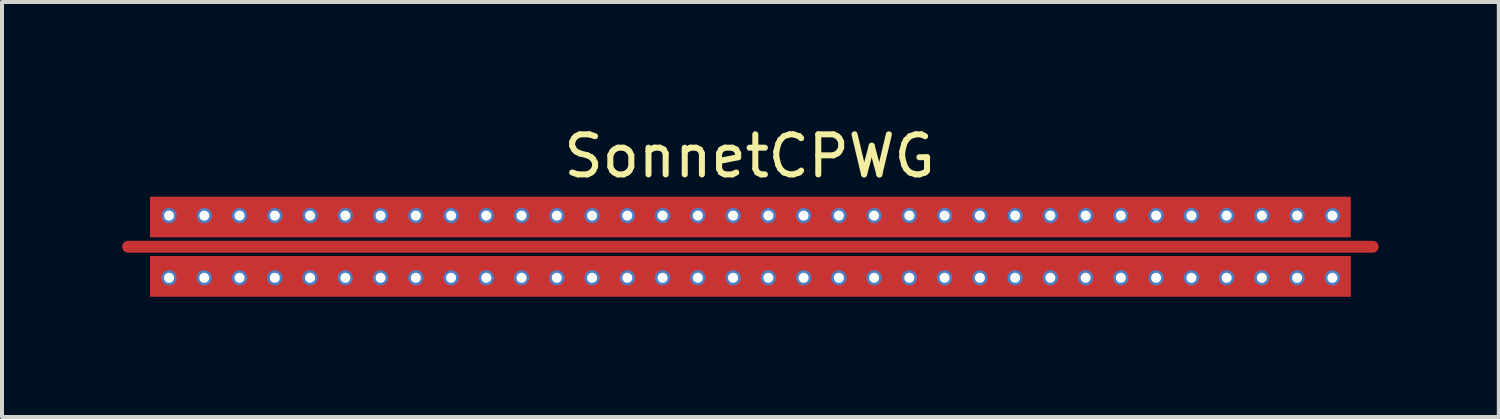
<source format=kicad_pcb>
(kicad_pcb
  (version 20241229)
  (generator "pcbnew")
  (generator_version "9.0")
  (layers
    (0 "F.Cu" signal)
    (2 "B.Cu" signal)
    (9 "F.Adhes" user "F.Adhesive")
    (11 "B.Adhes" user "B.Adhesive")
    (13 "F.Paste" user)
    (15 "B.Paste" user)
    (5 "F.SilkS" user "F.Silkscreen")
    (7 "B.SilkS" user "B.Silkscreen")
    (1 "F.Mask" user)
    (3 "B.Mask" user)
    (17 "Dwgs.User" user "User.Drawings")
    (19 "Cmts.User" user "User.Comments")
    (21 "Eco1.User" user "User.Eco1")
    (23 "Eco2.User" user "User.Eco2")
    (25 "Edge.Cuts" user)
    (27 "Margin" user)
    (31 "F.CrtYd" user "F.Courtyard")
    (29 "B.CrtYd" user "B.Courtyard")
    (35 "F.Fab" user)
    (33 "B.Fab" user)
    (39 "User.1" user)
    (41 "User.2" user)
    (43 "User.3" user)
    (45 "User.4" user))
  (footprint "SonnetCPWG"
    (layer "F.Cu")
    (at 15.66 3.108)
    (property "Reference" "SonnetCPWG" (at 0 -2.26 0) (unlocked yes) (layer "F.SilkS") (effects (font (size 1 1) (thickness 0.15))))
    (pad "1" smd oval (at 0.02 0) (size 31.36 0.296) (layers "F.Cu" "F.Mask" "F.Paste"))
    (pad "2" thru_hole circle (at -14.491 -0.776) (size 0.38 0.38) (drill 0.25) (layers "*.Cu" "*.Mask"))
    (pad "2" thru_hole circle (at -14.491 0.776) (size 0.38 0.38) (drill 0.25) (layers "*.Cu" "*.Mask"))
    (pad "2" thru_hole circle (at -13.611 -0.776) (size 0.38 0.38) (drill 0.25) (layers "*.Cu" "*.Mask"))
    (pad "2" thru_hole circle (at -13.611 0.776) (size 0.38 0.38) (drill 0.25) (layers "*.Cu" "*.Mask"))
    (pad "2" thru_hole circle (at -12.731 -0.776) (size 0.38 0.38) (drill 0.25) (layers "*.Cu" "*.Mask"))
    (pad "2" thru_hole circle (at -12.731 0.776) (size 0.38 0.38) (drill 0.25) (layers "*.Cu" "*.Mask"))
    (pad "2" thru_hole circle (at -11.851 -0.776) (size 0.38 0.38) (drill 0.25) (layers "*.Cu" "*.Mask"))
    (pad "2" thru_hole circle (at -11.851 0.776) (size 0.38 0.38) (drill 0.25) (layers "*.Cu" "*.Mask"))
    (pad "2" thru_hole circle (at -10.971 -0.776) (size 0.38 0.38) (drill 0.25) (layers "*.Cu" "*.Mask"))
    (pad "2" thru_hole circle (at -10.971 0.776) (size 0.38 0.38) (drill 0.25) (layers "*.Cu" "*.Mask"))
    (pad "2" thru_hole circle (at -10.091 -0.776) (size 0.38 0.38) (drill 0.25) (layers "*.Cu" "*.Mask"))
    (pad "2" thru_hole circle (at -10.091 0.776) (size 0.38 0.38) (drill 0.25) (layers "*.Cu" "*.Mask"))
    (pad "2" thru_hole circle (at -9.211 -0.776) (size 0.38 0.38) (drill 0.25) (layers "*.Cu" "*.Mask"))
    (pad "2" thru_hole circle (at -9.211 0.776) (size 0.38 0.38) (drill 0.25) (layers "*.Cu" "*.Mask"))
    (pad "2" thru_hole circle (at -8.331 -0.776) (size 0.38 0.38) (drill 0.25) (layers "*.Cu" "*.Mask"))
    (pad "2" thru_hole circle (at -8.331 0.776) (size 0.38 0.38) (drill 0.25) (layers "*.Cu" "*.Mask"))
    (pad "2" thru_hole circle (at -7.451 -0.776) (size 0.38 0.38) (drill 0.25) (layers "*.Cu" "*.Mask"))
    (pad "2" thru_hole circle (at -7.451 0.776) (size 0.38 0.38) (drill 0.25) (layers "*.Cu" "*.Mask"))
    (pad "2" thru_hole circle (at -6.572 -0.776) (size 0.38 0.38) (drill 0.25) (layers "*.Cu" "*.Mask"))
    (pad "2" thru_hole circle (at -6.572 0.776) (size 0.38 0.38) (drill 0.25) (layers "*.Cu" "*.Mask"))
    (pad "2" thru_hole circle (at -5.692 -0.776) (size 0.38 0.38) (drill 0.25) (layers "*.Cu" "*.Mask"))
    (pad "2" thru_hole circle (at -5.692 0.776) (size 0.38 0.38) (drill 0.25) (layers "*.Cu" "*.Mask"))
    (pad "2" thru_hole circle (at -4.812 -0.776) (size 0.38 0.38) (drill 0.25) (layers "*.Cu" "*.Mask"))
    (pad "2" thru_hole circle (at -4.812 0.776) (size 0.38 0.38) (drill 0.25) (layers "*.Cu" "*.Mask"))
    (pad "2" thru_hole circle (at -3.932 -0.776) (size 0.38 0.38) (drill 0.25) (layers "*.Cu" "*.Mask"))
    (pad "2" thru_hole circle (at -3.932 0.776) (size 0.38 0.38) (drill 0.25) (layers "*.Cu" "*.Mask"))
    (pad "2" thru_hole circle (at -3.052 -0.776) (size 0.38 0.38) (drill 0.25) (layers "*.Cu" "*.Mask"))
    (pad "2" thru_hole circle (at -3.052 0.776) (size 0.38 0.38) (drill 0.25) (layers "*.Cu" "*.Mask"))
    (pad "2" thru_hole circle (at -2.172 -0.776) (size 0.38 0.38) (drill 0.25) (layers "*.Cu" "*.Mask"))
    (pad "2" thru_hole circle (at -2.172 0.776) (size 0.38 0.38) (drill 0.25) (layers "*.Cu" "*.Mask"))
    (pad "2" thru_hole circle (at -1.292 -0.776) (size 0.38 0.38) (drill 0.25) (layers "*.Cu" "*.Mask"))
    (pad "2" thru_hole circle (at -1.292 0.776) (size 0.38 0.38) (drill 0.25) (layers "*.Cu" "*.Mask"))
    (pad "2" thru_hole circle (at -0.412 -0.776) (size 0.38 0.38) (drill 0.25) (layers "*.Cu" "*.Mask"))
    (pad "2" thru_hole circle (at -0.412 0.776) (size 0.38 0.38) (drill 0.25) (layers "*.Cu" "*.Mask"))
    (pad "2" smd rect (at 0.019 -0.741) (size 29.972 1.016) (layers "F.Cu" "F.Mask" "F.Paste"))
    (pad "2" smd rect (at 0.02 0.741) (size 29.972 1.017) (layers "F.Cu" "F.Mask" "F.Paste"))
    (pad "2" thru_hole circle (at 0.468 -0.776) (size 0.38 0.38) (drill 0.25) (layers "*.Cu" "*.Mask"))
    (pad "2" thru_hole circle (at 0.468 0.776) (size 0.38 0.38) (drill 0.25) (layers "*.Cu" "*.Mask"))
    (pad "2" thru_hole circle (at 1.348 -0.776) (size 0.38 0.38) (drill 0.25) (layers "*.Cu" "*.Mask"))
    (pad "2" thru_hole circle (at 1.348 0.776) (size 0.38 0.38) (drill 0.25) (layers "*.Cu" "*.Mask"))
    (pad "2" thru_hole circle (at 2.228 -0.776) (size 0.38 0.38) (drill 0.25) (layers "*.Cu" "*.Mask"))
    (pad "2" thru_hole circle (at 2.228 0.776) (size 0.38 0.38) (drill 0.25) (layers "*.Cu" "*.Mask"))
    (pad "2" thru_hole circle (at 3.107 -0.776) (size 0.38 0.38) (drill 0.25) (layers "*.Cu" "*.Mask"))
    (pad "2" thru_hole circle (at 3.107 0.776) (size 0.38 0.38) (drill 0.25) (layers "*.Cu" "*.Mask"))
    (pad "2" thru_hole circle (at 3.987 -0.776) (size 0.38 0.38) (drill 0.25) (layers "*.Cu" "*.Mask"))
    (pad "2" thru_hole circle (at 3.987 0.776) (size 0.38 0.38) (drill 0.25) (layers "*.Cu" "*.Mask"))
    (pad "2" thru_hole circle (at 4.867 -0.776) (size 0.38 0.38) (drill 0.25) (layers "*.Cu" "*.Mask"))
    (pad "2" thru_hole circle (at 4.867 0.776) (size 0.38 0.38) (drill 0.25) (layers "*.Cu" "*.Mask"))
    (pad "2" thru_hole circle (at 5.747 -0.776) (size 0.38 0.38) (drill 0.25) (layers "*.Cu" "*.Mask"))
    (pad "2" thru_hole circle (at 5.747 0.776) (size 0.38 0.38) (drill 0.25) (layers "*.Cu" "*.Mask"))
    (pad "2" thru_hole circle (at 6.627 -0.776) (size 0.38 0.38) (drill 0.25) (layers "*.Cu" "*.Mask"))
    (pad "2" thru_hole circle (at 6.627 0.776) (size 0.38 0.38) (drill 0.25) (layers "*.Cu" "*.Mask"))
    (pad "2" thru_hole circle (at 7.507 -0.776) (size 0.38 0.38) (drill 0.25) (layers "*.Cu" "*.Mask"))
    (pad "2" thru_hole circle (at 7.507 0.776) (size 0.38 0.38) (drill 0.25) (layers "*.Cu" "*.Mask"))
    (pad "2" thru_hole circle (at 8.387 -0.776) (size 0.38 0.38) (drill 0.25) (layers "*.Cu" "*.Mask"))
    (pad "2" thru_hole circle (at 8.387 0.776) (size 0.38 0.38) (drill 0.25) (layers "*.Cu" "*.Mask"))
    (pad "2" thru_hole circle (at 9.267 -0.776) (size 0.38 0.38) (drill 0.25) (layers "*.Cu" "*.Mask"))
    (pad "2" thru_hole circle (at 9.267 0.776) (size 0.38 0.38) (drill 0.25) (layers "*.Cu" "*.Mask"))
    (pad "2" thru_hole circle (at 10.147 -0.776) (size 0.38 0.38) (drill 0.25) (layers "*.Cu" "*.Mask"))
    (pad "2" thru_hole circle (at 10.147 0.776) (size 0.38 0.38) (drill 0.25) (layers "*.Cu" "*.Mask"))
    (pad "2" thru_hole circle (at 11.027 -0.776) (size 0.38 0.38) (drill 0.25) (layers "*.Cu" "*.Mask"))
    (pad "2" thru_hole circle (at 11.027 0.776) (size 0.38 0.38) (drill 0.25) (layers "*.Cu" "*.Mask"))
    (pad "2" thru_hole circle (at 11.906 -0.776) (size 0.38 0.38) (drill 0.25) (layers "*.Cu" "*.Mask"))
    (pad "2" thru_hole circle (at 11.906 0.776) (size 0.38 0.38) (drill 0.25) (layers "*.Cu" "*.Mask"))
    (pad "2" thru_hole circle (at 12.786 -0.776) (size 0.38 0.38) (drill 0.25) (layers "*.Cu" "*.Mask"))
    (pad "2" thru_hole circle (at 12.786 0.776) (size 0.38 0.38) (drill 0.25) (layers "*.Cu" "*.Mask"))
    (pad "2" thru_hole circle (at 13.666 -0.776) (size 0.38 0.38) (drill 0.25) (layers "*.Cu" "*.Mask"))
    (pad "2" thru_hole circle (at 13.666 0.776) (size 0.38 0.38) (drill 0.25) (layers "*.Cu" "*.Mask"))
    (pad "2" thru_hole circle (at 14.546 -0.776) (size 0.38 0.38) (drill 0.25) (layers "*.Cu" "*.Mask"))
    (pad "2" thru_hole circle (at 14.546 0.776) (size 0.38 0.38) (drill 0.25) (layers "*.Cu" "*.Mask")))
  (gr_rect
    (start -3 -3)
    (end 34.36 7.358)
    (stroke (width 0.1) (type default))
    (fill no)
    (layer "Edge.Cuts")))
</source>
